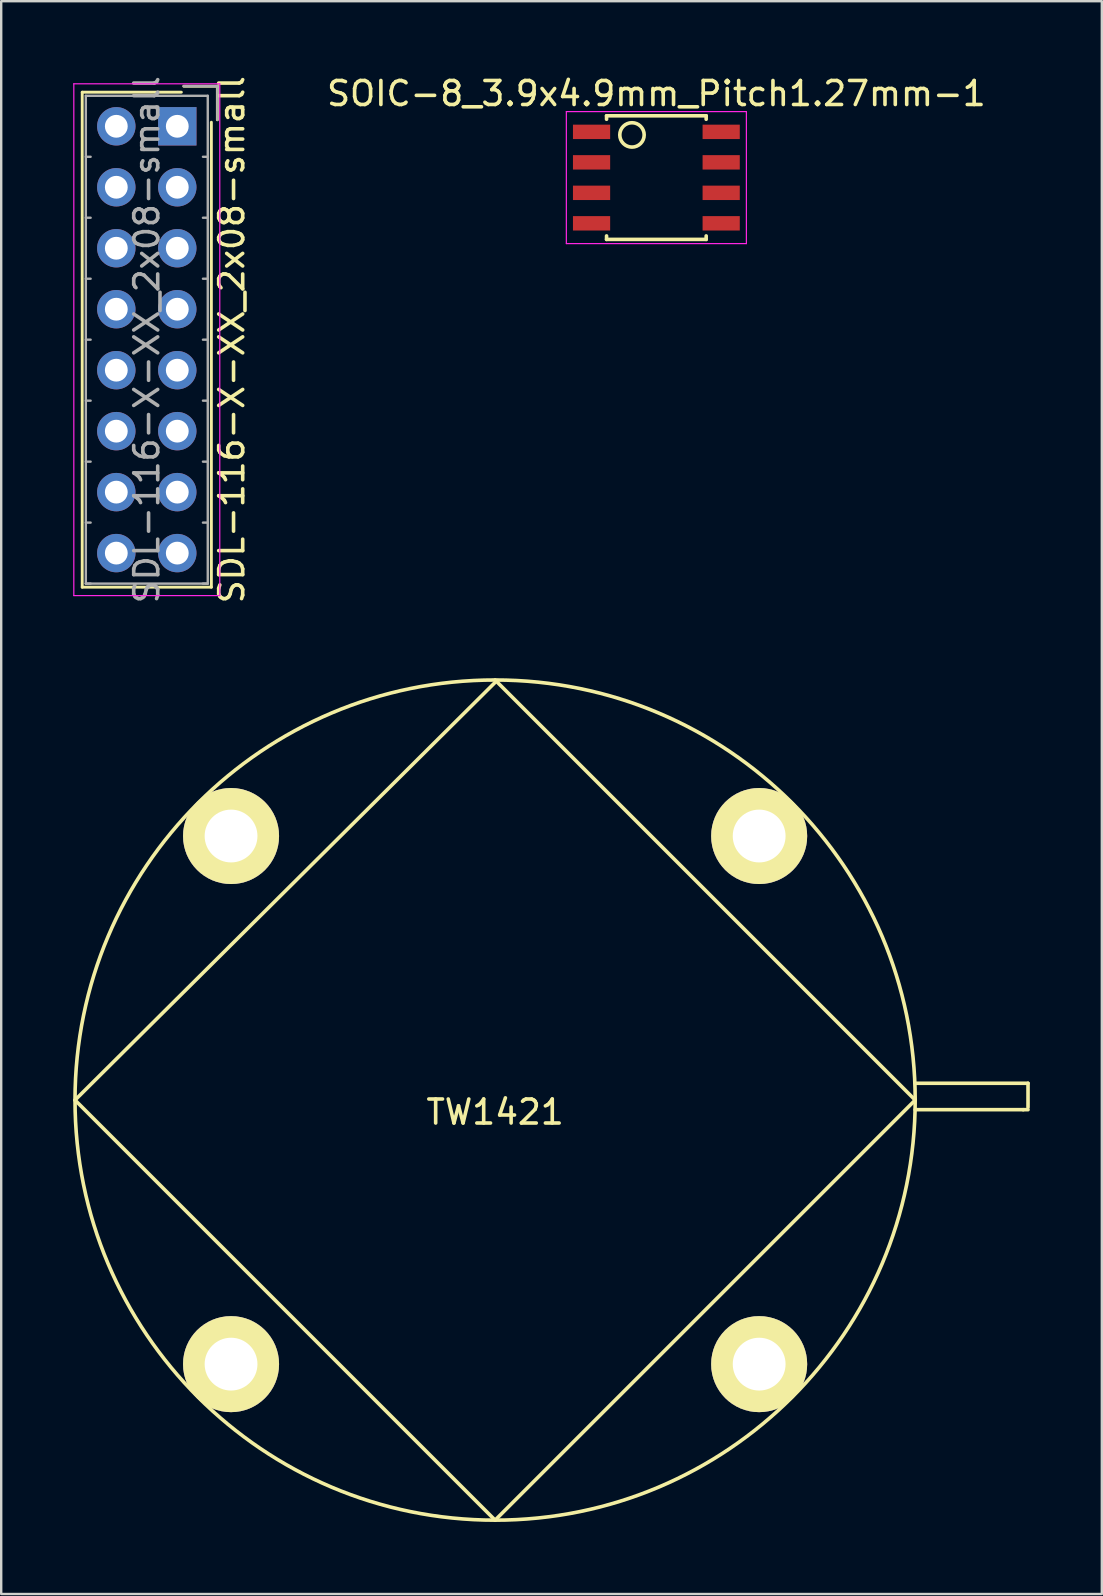
<source format=kicad_pcb>
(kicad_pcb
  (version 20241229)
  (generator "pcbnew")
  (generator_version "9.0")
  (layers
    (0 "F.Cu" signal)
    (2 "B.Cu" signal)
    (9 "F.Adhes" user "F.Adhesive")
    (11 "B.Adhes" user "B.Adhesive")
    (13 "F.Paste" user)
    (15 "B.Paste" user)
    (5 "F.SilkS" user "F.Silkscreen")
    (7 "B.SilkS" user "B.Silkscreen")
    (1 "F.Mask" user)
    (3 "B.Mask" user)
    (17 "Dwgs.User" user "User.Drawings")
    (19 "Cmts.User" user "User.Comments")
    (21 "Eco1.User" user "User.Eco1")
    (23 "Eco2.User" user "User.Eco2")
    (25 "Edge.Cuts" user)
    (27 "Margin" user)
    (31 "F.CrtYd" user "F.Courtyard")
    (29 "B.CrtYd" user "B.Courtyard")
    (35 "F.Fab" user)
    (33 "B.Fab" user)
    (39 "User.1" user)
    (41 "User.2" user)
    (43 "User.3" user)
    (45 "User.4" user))
  (footprint "TW1421"
    (layer "F.Cu")
    (at 17.575 42.777)
    (property "Reference" "TW1421" (at 0 0.5 0) (layer "F.SilkS") (effects (font (size 1 1) (thickness 0.15))))
    (attr through_hole)
    (fp_line (start -17.5 0) (end 0 -17.4) (stroke (width 0.15) (type solid)) (layer "F.SilkS"))
    (fp_line (start 0 -17.5) (end 17.5 0) (stroke (width 0.15) (type solid)) (layer "F.SilkS"))
    (fp_line (start 0 17.5) (end -17.5 0) (stroke (width 0.15) (type solid)) (layer "F.SilkS"))
    (fp_line (start 17.5 -0.7) (end 22.2 -0.7) (stroke (width 0.15) (type solid)) (layer "F.SilkS"))
    (fp_line (start 17.5 0) (end 0 17.5) (stroke (width 0.15) (type solid)) (layer "F.SilkS"))
    (fp_line (start 22 0.4) (end 17.5 0.4) (stroke (width 0.15) (type solid)) (layer "F.SilkS"))
    (fp_line (start 22 0.4) (end 22.2 0.4) (stroke (width 0.15) (type solid)) (layer "F.SilkS"))
    (fp_line (start 22.2 -0.7) (end 22.2 0.3) (stroke (width 0.15) (type solid)) (layer "F.SilkS"))
    (fp_circle (center 0 0) (end 17.5 0) (stroke (width 0.15) (type solid)) (fill no) (layer "F.SilkS"))
    (pad "1" thru_hole circle (at -11 -11) (size 4 4) (drill 2.2) (layers "*.Cu" "*.Mask" "F.SilkS"))
    (pad "1" thru_hole circle (at -11 11) (size 4 4) (drill 2.2) (layers "*.Cu" "*.Mask" "F.SilkS"))
    (pad "1" thru_hole circle (at 11 -11) (size 4 4) (drill 2.2) (layers "*.Cu" "*.Mask" "F.SilkS"))
    (pad "1" thru_hole circle (at 11 11) (size 4 4) (drill 2.2) (layers "*.Cu" "*.Mask" "F.SilkS")))
  (footprint "SDL-116-X-XX_2x08-small"
    (layer "F.Cu")
    (at 4.335 2.211)
    (property "Reference" "SDL-116-X-XX_2x08-small" (at 2.27 8.89 270) (layer "F.SilkS") (effects (font (size 1 1) (thickness 0.15))))
    (attr through_hole)
    (fp_line (start -3.96 -1.42) (end -3.96 19.2) (stroke (width 0.12) (type solid)) (layer "F.SilkS"))
    (fp_line (start -3.96 19.2) (end 1.42 19.2) (stroke (width 0.12) (type solid)) (layer "F.SilkS"))
    (fp_line (start 0.17 -1.42) (end -3.96 -1.42) (stroke (width 0.12) (type solid)) (layer "F.SilkS"))
    (fp_line (start 0.27 -1.67) (end 1.67 -1.67) (stroke (width 0.12) (type solid)) (layer "F.SilkS"))
    (fp_line (start 1.42 19.2) (end 1.42 -0.17) (stroke (width 0.12) (type solid)) (layer "F.SilkS"))
    (fp_line (start 1.67 -1.67) (end 1.67 -0.27) (stroke (width 0.12) (type solid)) (layer "F.SilkS"))
    (fp_line (start -4.31 -1.77) (end 1.77 -1.77) (stroke (width 0.05) (type solid)) (layer "F.CrtYd"))
    (fp_line (start -4.31 19.55) (end -4.31 -1.77) (stroke (width 0.05) (type solid)) (layer "F.CrtYd"))
    (fp_line (start 1.77 -1.77) (end 1.77 19.55) (stroke (width 0.05) (type solid)) (layer "F.CrtYd"))
    (fp_line (start 1.77 19.55) (end -4.31 19.55) (stroke (width 0.05) (type solid)) (layer "F.CrtYd"))
    (fp_line (start -3.81 -1.27) (end 1.27 -1.27) (stroke (width 0.1) (type solid)) (layer "F.Fab"))
    (fp_line (start -3.81 1.27) (end -3.61 1.27) (stroke (width 0.1) (type solid)) (layer "F.Fab"))
    (fp_line (start -3.81 3.81) (end -3.61 3.81) (stroke (width 0.1) (type solid)) (layer "F.Fab"))
    (fp_line (start -3.81 6.35) (end -3.61 6.35) (stroke (width 0.1) (type solid)) (layer "F.Fab"))
    (fp_line (start -3.81 8.89) (end -3.61 8.89) (stroke (width 0.1) (type solid)) (layer "F.Fab"))
    (fp_line (start -3.81 11.43) (end -3.61 11.43) (stroke (width 0.1) (type solid)) (layer "F.Fab"))
    (fp_line (start -3.81 13.97) (end -3.61 13.97) (stroke (width 0.1) (type solid)) (layer "F.Fab"))
    (fp_line (start -3.81 16.51) (end -3.61 16.51) (stroke (width 0.1) (type solid)) (layer "F.Fab"))
    (fp_line (start -3.81 19.05) (end -3.81 -1.27) (stroke (width 0.1) (type solid)) (layer "F.Fab"))
    (fp_line (start -3.81 19.05) (end -3.61 19.05) (stroke (width 0.1) (type solid)) (layer "F.Fab"))
    (fp_line (start 0.27 -1.67) (end 1.67 -1.67) (stroke (width 0.1) (type solid)) (layer "F.Fab"))
    (fp_line (start 1.27 -1.27) (end 1.27 19.05) (stroke (width 0.1) (type solid)) (layer "F.Fab"))
    (fp_line (start 1.27 1.27) (end 1.07 1.27) (stroke (width 0.1) (type solid)) (layer "F.Fab"))
    (fp_line (start 1.27 3.81) (end 1.07 3.81) (stroke (width 0.1) (type solid)) (layer "F.Fab"))
    (fp_line (start 1.27 6.35) (end 1.07 6.35) (stroke (width 0.1) (type solid)) (layer "F.Fab"))
    (fp_line (start 1.27 8.89) (end 1.07 8.89) (stroke (width 0.1) (type solid)) (layer "F.Fab"))
    (fp_line (start 1.27 11.43) (end 1.07 11.43) (stroke (width 0.1) (type solid)) (layer "F.Fab"))
    (fp_line (start 1.27 13.97) (end 1.07 13.97) (stroke (width 0.1) (type solid)) (layer "F.Fab"))
    (fp_line (start 1.27 16.51) (end 1.07 16.51) (stroke (width 0.1) (type solid)) (layer "F.Fab"))
    (fp_line (start 1.27 19.05) (end -3.81 19.05) (stroke (width 0.1) (type solid)) (layer "F.Fab"))
    (fp_line (start 1.27 19.05) (end 1.07 19.05) (stroke (width 0.1) (type solid)) (layer "F.Fab"))
    (fp_line (start 1.67 -1.67) (end 1.67 -0.27) (stroke (width 0.1) (type solid)) (layer "F.Fab"))
    (fp_text user "${REFERENCE}" (at -1.27 8.89 270) (layer "F.Fab") (effects (font (size 1 1) (thickness 0.15))))
    (pad "1" thru_hole rect (at 0 0) (size 1.6 1.6) (drill 0.95) (layers "*.Cu" "*.Mask"))
    (pad "2" thru_hole circle (at -2.54 0) (size 1.6 1.6) (drill 0.95) (layers "*.Cu" "*.Mask"))
    (pad "3" thru_hole circle (at 0 2.54) (size 1.6 1.6) (drill 0.95) (layers "*.Cu" "*.Mask"))
    (pad "4" thru_hole circle (at -2.54 2.54) (size 1.6 1.6) (drill 0.95) (layers "*.Cu" "*.Mask"))
    (pad "5" thru_hole circle (at 0 5.08) (size 1.6 1.6) (drill 0.95) (layers "*.Cu" "*.Mask"))
    (pad "6" thru_hole circle (at -2.54 5.08) (size 1.6 1.6) (drill 0.95) (layers "*.Cu" "*.Mask"))
    (pad "7" thru_hole circle (at 0 7.62) (size 1.6 1.6) (drill 0.95) (layers "*.Cu" "*.Mask"))
    (pad "8" thru_hole circle (at -2.54 7.62) (size 1.6 1.6) (drill 0.95) (layers "*.Cu" "*.Mask"))
    (pad "9" thru_hole circle (at 0 10.16) (size 1.6 1.6) (drill 0.95) (layers "*.Cu" "*.Mask"))
    (pad "10" thru_hole circle (at -2.54 10.16) (size 1.6 1.6) (drill 0.95) (layers "*.Cu" "*.Mask"))
    (pad "11" thru_hole circle (at 0 12.7) (size 1.6 1.6) (drill 0.95) (layers "*.Cu" "*.Mask"))
    (pad "12" thru_hole circle (at -2.54 12.7) (size 1.6 1.6) (drill 0.95) (layers "*.Cu" "*.Mask"))
    (pad "13" thru_hole circle (at 0 15.24) (size 1.6 1.6) (drill 0.95) (layers "*.Cu" "*.Mask"))
    (pad "14" thru_hole circle (at -2.54 15.24) (size 1.6 1.6) (drill 0.95) (layers "*.Cu" "*.Mask"))
    (pad "15" thru_hole circle (at 0 17.78) (size 1.6 1.6) (drill 0.95) (layers "*.Cu" "*.Mask"))
    (pad "16" thru_hole circle (at -2.54 17.78) (size 1.6 1.6) (drill 0.95) (layers "*.Cu" "*.Mask")))
  (footprint "SOIC-8_3.9x4.9mm_Pitch1.27mm-1"
    (layer "F.Cu")
    (at 24.293 4.348)
    (property "Reference" "SOIC-8_3.9x4.9mm_Pitch1.27mm-1" (at 0 -3.5 0) (layer "F.SilkS") (effects (font (size 1 1) (thickness 0.15))))
    (attr smd)
    (fp_line (start -2.075 -2.575) (end -2.075 -2.43) (stroke (width 0.15) (type solid)) (layer "F.SilkS"))
    (fp_line (start -2.075 -2.575) (end 2.075 -2.575) (stroke (width 0.15) (type solid)) (layer "F.SilkS"))
    (fp_line (start -2.075 2.575) (end -2.075 2.43) (stroke (width 0.15) (type solid)) (layer "F.SilkS"))
    (fp_line (start -2.075 2.575) (end 2.075 2.575) (stroke (width 0.15) (type solid)) (layer "F.SilkS"))
    (fp_line (start 2.075 -2.575) (end 2.075 -2.43) (stroke (width 0.15) (type solid)) (layer "F.SilkS"))
    (fp_line (start 2.075 2.575) (end 2.075 2.43) (stroke (width 0.15) (type solid)) (layer "F.SilkS"))
    (fp_circle (center -1.016 -1.778) (end -1.524 -1.778) (stroke (width 0.15) (type solid)) (fill no) (layer "F.SilkS"))
    (fp_line (start -3.75 -2.75) (end -3.75 2.75) (stroke (width 0.05) (type solid)) (layer "F.CrtYd"))
    (fp_line (start -3.75 -2.75) (end 3.75 -2.75) (stroke (width 0.05) (type solid)) (layer "F.CrtYd"))
    (fp_line (start -3.75 2.75) (end 3.75 2.75) (stroke (width 0.05) (type solid)) (layer "F.CrtYd"))
    (fp_line (start 3.75 -2.75) (end 3.75 2.75) (stroke (width 0.05) (type solid)) (layer "F.CrtYd"))
    (pad "1" smd rect (at -2.7 -1.905) (size 1.55 0.6) (layers "F.Cu" "F.Mask" "F.Paste"))
    (pad "2" smd rect (at -2.7 -0.635) (size 1.55 0.6) (layers "F.Cu" "F.Mask" "F.Paste"))
    (pad "3" smd rect (at -2.7 0.635) (size 1.55 0.6) (layers "F.Cu" "F.Mask" "F.Paste"))
    (pad "4" smd rect (at -2.7 1.905) (size 1.55 0.6) (layers "F.Cu" "F.Mask" "F.Paste"))
    (pad "5" smd rect (at 2.7 1.905) (size 1.55 0.6) (layers "F.Cu" "F.Mask" "F.Paste"))
    (pad "6" smd rect (at 2.7 0.635) (size 1.55 0.6) (layers "F.Cu" "F.Mask" "F.Paste"))
    (pad "7" smd rect (at 2.7 -0.635) (size 1.55 0.6) (layers "F.Cu" "F.Mask" "F.Paste"))
    (pad "8" smd rect (at 2.7 -1.905) (size 1.55 0.6) (layers "F.Cu" "F.Mask" "F.Paste")))
  (gr_rect
    (start -3 -3)
    (end 42.85 63.352)
    (stroke (width 0.1) (type default))
    (fill no)
    (layer "Edge.Cuts")))
</source>
